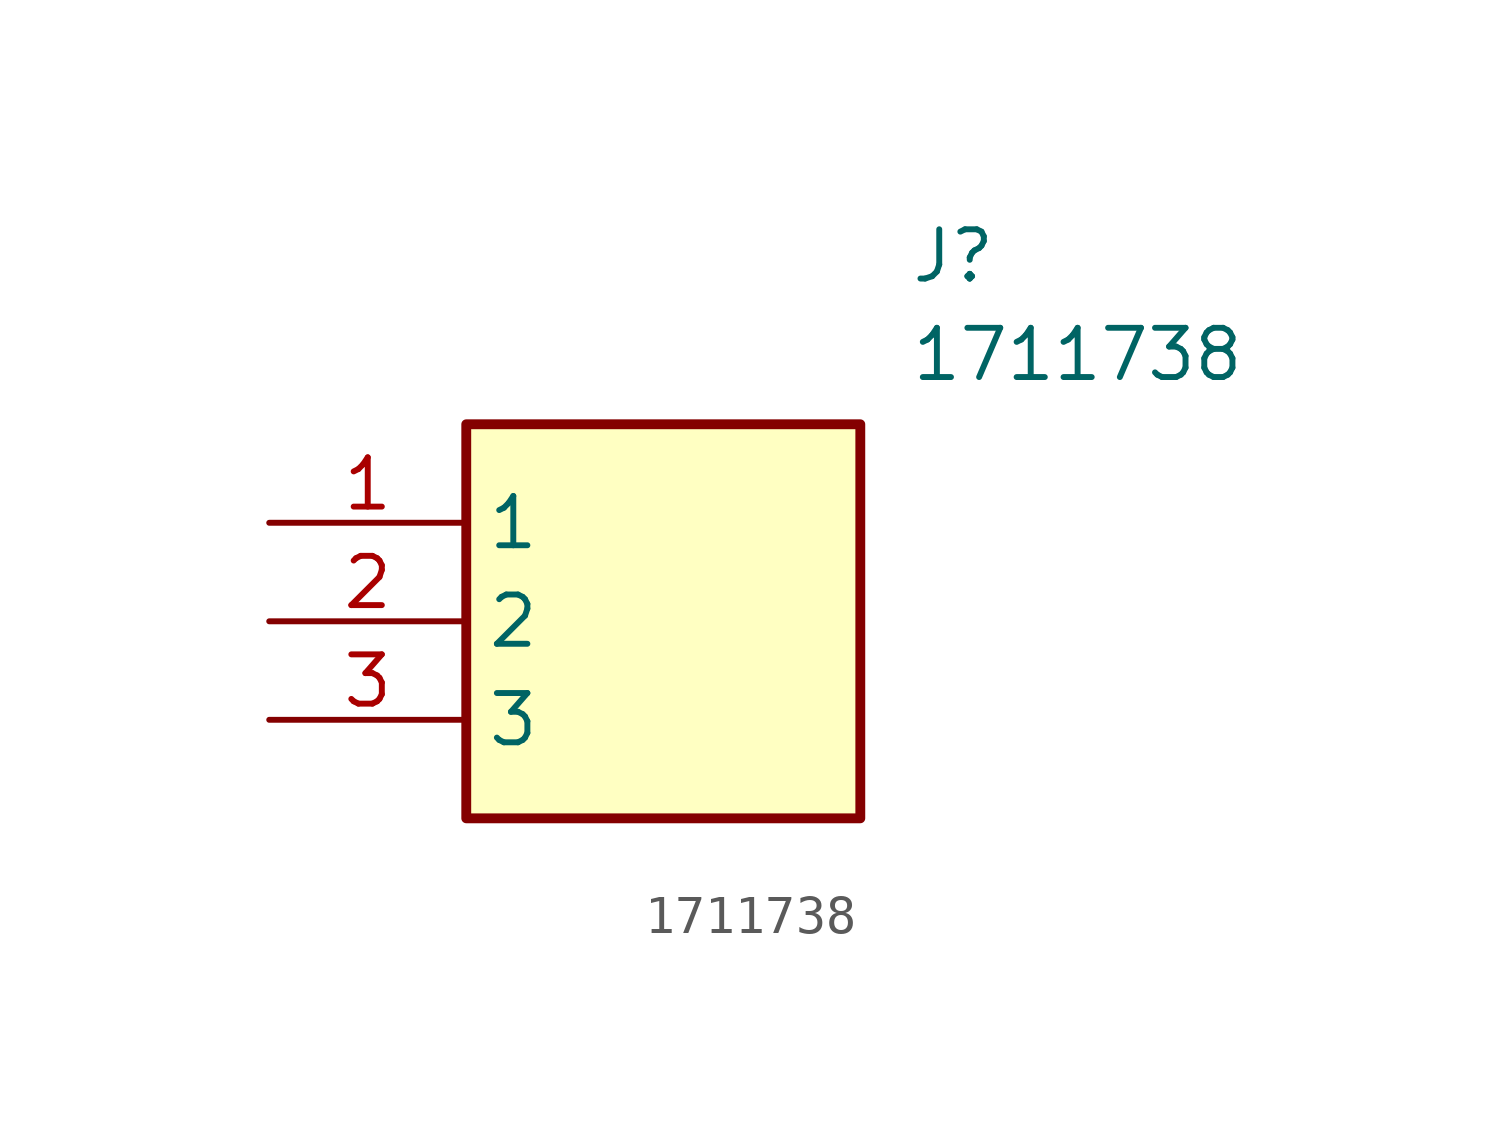
<source format=kicad_sym>
(kicad_symbol_lib
  (version 20211014)
  (generator SamacSys_ECAD_Model)
  (symbol "1711738"
    (property "Reference" "J"
      (at 16.51 7.62 0)
      (effects (font (size 1.27 1.27)) (justify left top)))
    (property "Value" "1711738"
      (at 16.51 5.08 0)
      (effects (font (size 1.27 1.27)) (justify left top)))
    (rectangle
      (start 5.08 2.54)
      (end 15.24 -7.62)
      (stroke (width 0.254) (type default))
      (fill (type background)))
    (pin passive line
      (at 0 0 0)
      (length 5.08)
      (name "1" (effects (font (size 1.27 1.27))))
      (number "1" (effects (font (size 1.27 1.27)))))
    (pin passive line
      (at 0 -2.54 0)
      (length 5.08)
      (name "2" (effects (font (size 1.27 1.27))))
      (number "2" (effects (font (size 1.27 1.27)))))
    (pin passive line
      (at 0 -5.08 0)
      (length 5.08)
      (name "3" (effects (font (size 1.27 1.27))))
      (number "3" (effects (font (size 1.27 1.27)))))))
</source>
